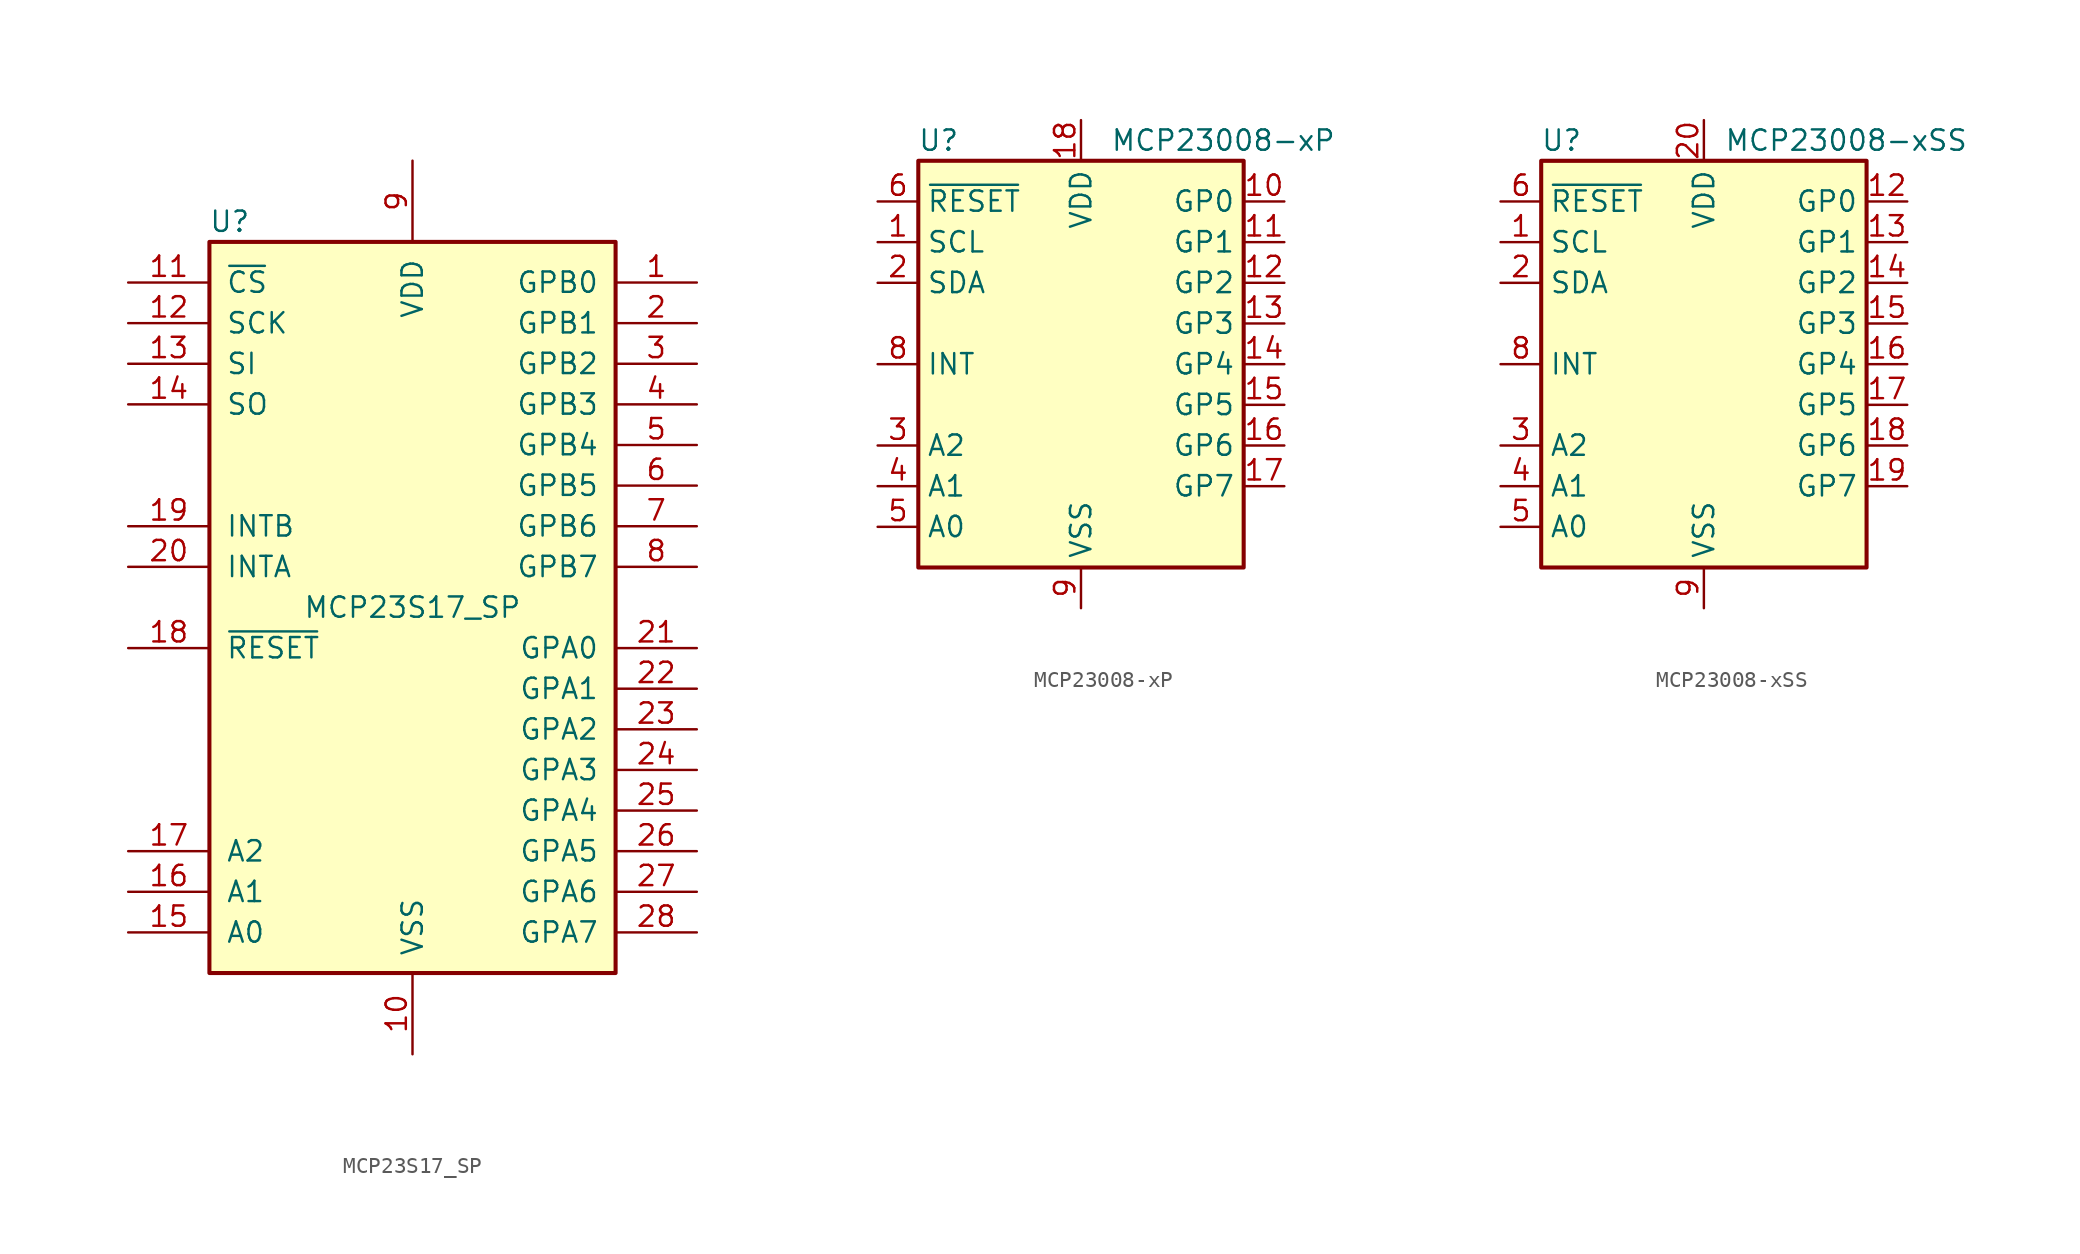
<source format=kicad_sym>
(kicad_symbol_lib
  (version 20201005)
  (generator kicad_symbol_editor)
  (symbol "Interface_Expansion:MCP23S17_SP"
    (pin_names
      (offset 1.016))
    (property "Reference" "U"
      (at -11.43 24.13 0)
      (effects (font (size 1.27 1.27))))
    (property "Value" "MCP23S17_SP"
      (at 0 0 0)
      (effects (font (size 1.27 1.27))))
    (symbol "MCP23S17_SP_0_1"
      (rectangle (start -12.7 22.86) (end 12.7 -22.86) (stroke (width 0.254)) (fill (type background))))
    (symbol "MCP23S17_SP_1_1"
      (pin bidirectional line (at 17.78 20.32 180) (length 5.08) (name "GPB0" (effects (font (size 1.27 1.27)))) (number "1" (effects (font (size 1.27 1.27)))))
      (pin power_in line (at 0 -27.94 90) (length 5.08) (name "VSS" (effects (font (size 1.27 1.27)))) (number "10" (effects (font (size 1.27 1.27)))))
      (pin input line (at -17.78 20.32 0) (length 5.08) (name "~CS~" (effects (font (size 1.27 1.27)))) (number "11" (effects (font (size 1.27 1.27)))))
      (pin input line (at -17.78 17.78 0) (length 5.08) (name "SCK" (effects (font (size 1.27 1.27)))) (number "12" (effects (font (size 1.27 1.27)))))
      (pin input line (at -17.78 15.24 0) (length 5.08) (name "SI" (effects (font (size 1.27 1.27)))) (number "13" (effects (font (size 1.27 1.27)))))
      (pin output line (at -17.78 12.7 0) (length 5.08) (name "SO" (effects (font (size 1.27 1.27)))) (number "14" (effects (font (size 1.27 1.27)))))
      (pin input line (at -17.78 -20.32 0) (length 5.08) (name "A0" (effects (font (size 1.27 1.27)))) (number "15" (effects (font (size 1.27 1.27)))))
      (pin input line (at -17.78 -17.78 0) (length 5.08) (name "A1" (effects (font (size 1.27 1.27)))) (number "16" (effects (font (size 1.27 1.27)))))
      (pin input line (at -17.78 -15.24 0) (length 5.08) (name "A2" (effects (font (size 1.27 1.27)))) (number "17" (effects (font (size 1.27 1.27)))))
      (pin input line (at -17.78 -2.54 0) (length 5.08) (name "~RESET~" (effects (font (size 1.27 1.27)))) (number "18" (effects (font (size 1.27 1.27)))))
      (pin tri_state line (at -17.78 5.08 0) (length 5.08) (name "INTB" (effects (font (size 1.27 1.27)))) (number "19" (effects (font (size 1.27 1.27)))))
      (pin bidirectional line (at 17.78 17.78 180) (length 5.08) (name "GPB1" (effects (font (size 1.27 1.27)))) (number "2" (effects (font (size 1.27 1.27)))))
      (pin tri_state line (at -17.78 2.54 0) (length 5.08) (name "INTA" (effects (font (size 1.27 1.27)))) (number "20" (effects (font (size 1.27 1.27)))))
      (pin bidirectional line (at 17.78 -2.54 180) (length 5.08) (name "GPA0" (effects (font (size 1.27 1.27)))) (number "21" (effects (font (size 1.27 1.27)))))
      (pin bidirectional line (at 17.78 -5.08 180) (length 5.08) (name "GPA1" (effects (font (size 1.27 1.27)))) (number "22" (effects (font (size 1.27 1.27)))))
      (pin bidirectional line (at 17.78 -7.62 180) (length 5.08) (name "GPA2" (effects (font (size 1.27 1.27)))) (number "23" (effects (font (size 1.27 1.27)))))
      (pin bidirectional line (at 17.78 -10.16 180) (length 5.08) (name "GPA3" (effects (font (size 1.27 1.27)))) (number "24" (effects (font (size 1.27 1.27)))))
      (pin bidirectional line (at 17.78 -12.7 180) (length 5.08) (name "GPA4" (effects (font (size 1.27 1.27)))) (number "25" (effects (font (size 1.27 1.27)))))
      (pin bidirectional line (at 17.78 -15.24 180) (length 5.08) (name "GPA5" (effects (font (size 1.27 1.27)))) (number "26" (effects (font (size 1.27 1.27)))))
      (pin bidirectional line (at 17.78 -17.78 180) (length 5.08) (name "GPA6" (effects (font (size 1.27 1.27)))) (number "27" (effects (font (size 1.27 1.27)))))
      (pin bidirectional line (at 17.78 -20.32 180) (length 5.08) (name "GPA7" (effects (font (size 1.27 1.27)))) (number "28" (effects (font (size 1.27 1.27)))))
      (pin bidirectional line (at 17.78 15.24 180) (length 5.08) (name "GPB2" (effects (font (size 1.27 1.27)))) (number "3" (effects (font (size 1.27 1.27)))))
      (pin bidirectional line (at 17.78 12.7 180) (length 5.08) (name "GPB3" (effects (font (size 1.27 1.27)))) (number "4" (effects (font (size 1.27 1.27)))))
      (pin bidirectional line (at 17.78 10.16 180) (length 5.08) (name "GPB4" (effects (font (size 1.27 1.27)))) (number "5" (effects (font (size 1.27 1.27)))))
      (pin bidirectional line (at 17.78 7.62 180) (length 5.08) (name "GPB5" (effects (font (size 1.27 1.27)))) (number "6" (effects (font (size 1.27 1.27)))))
      (pin bidirectional line (at 17.78 5.08 180) (length 5.08) (name "GPB6" (effects (font (size 1.27 1.27)))) (number "7" (effects (font (size 1.27 1.27)))))
      (pin bidirectional line (at 17.78 2.54 180) (length 5.08) (name "GPB7" (effects (font (size 1.27 1.27)))) (number "8" (effects (font (size 1.27 1.27)))))
      (pin power_in line (at 0 27.94 270) (length 5.08) (name "VDD" (effects (font (size 1.27 1.27)))) (number "9" (effects (font (size 1.27 1.27)))))))
  (symbol "Interface_Expansion:MCP23008-xP"
    (property "Reference" "U"
      (at -8.89 13.97 0)
      (effects (font (size 1.27 1.27))))
    (property "Value" "MCP23008-xP"
      (at 8.89 13.97 0)
      (effects (font (size 1.27 1.27))))
    (symbol "MCP23008-xP_0_1"
      (rectangle (start -10.16 12.7) (end 10.16 -12.7) (stroke (width 0.254)) (fill (type background))))
    (symbol "MCP23008-xP_1_1"
      (pin input line (at -12.7 7.62 0) (length 2.54) (name "SCL" (effects (font (size 1.27 1.27)))) (number "1" (effects (font (size 1.27 1.27)))))
      (pin bidirectional line (at 12.7 10.16 180) (length 2.54) (name "GP0" (effects (font (size 1.27 1.27)))) (number "10" (effects (font (size 1.27 1.27)))))
      (pin bidirectional line (at 12.7 7.62 180) (length 2.54) (name "GP1" (effects (font (size 1.27 1.27)))) (number "11" (effects (font (size 1.27 1.27)))))
      (pin bidirectional line (at 12.7 5.08 180) (length 2.54) (name "GP2" (effects (font (size 1.27 1.27)))) (number "12" (effects (font (size 1.27 1.27)))))
      (pin bidirectional line (at 12.7 2.54 180) (length 2.54) (name "GP3" (effects (font (size 1.27 1.27)))) (number "13" (effects (font (size 1.27 1.27)))))
      (pin bidirectional line (at 12.7 0 180) (length 2.54) (name "GP4" (effects (font (size 1.27 1.27)))) (number "14" (effects (font (size 1.27 1.27)))))
      (pin bidirectional line (at 12.7 -2.54 180) (length 2.54) (name "GP5" (effects (font (size 1.27 1.27)))) (number "15" (effects (font (size 1.27 1.27)))))
      (pin bidirectional line (at 12.7 -5.08 180) (length 2.54) (name "GP6" (effects (font (size 1.27 1.27)))) (number "16" (effects (font (size 1.27 1.27)))))
      (pin bidirectional line (at 12.7 -7.62 180) (length 2.54) (name "GP7" (effects (font (size 1.27 1.27)))) (number "17" (effects (font (size 1.27 1.27)))))
      (pin power_in line (at 0 15.24 270) (length 2.54) (name "VDD" (effects (font (size 1.27 1.27)))) (number "18" (effects (font (size 1.27 1.27)))))
      (pin bidirectional line (at -12.7 5.08 0) (length 2.54) (name "SDA" (effects (font (size 1.27 1.27)))) (number "2" (effects (font (size 1.27 1.27)))))
      (pin input line (at -12.7 -5.08 0) (length 2.54) (name "A2" (effects (font (size 1.27 1.27)))) (number "3" (effects (font (size 1.27 1.27)))))
      (pin input line (at -12.7 -7.62 0) (length 2.54) (name "A1" (effects (font (size 1.27 1.27)))) (number "4" (effects (font (size 1.27 1.27)))))
      (pin input line (at -12.7 -10.16 0) (length 2.54) (name "A0" (effects (font (size 1.27 1.27)))) (number "5" (effects (font (size 1.27 1.27)))))
      (pin input line (at -12.7 10.16 0) (length 2.54) (name "~RESET" (effects (font (size 1.27 1.27)))) (number "6" (effects (font (size 1.27 1.27)))))
      (pin no_connect line (at -10.16 -2.54 0) (length 2.54) hide (name "NC" (effects (font (size 1.27 1.27)))) (number "7" (effects (font (size 1.27 1.27)))))
      (pin output line (at -12.7 0 0) (length 2.54) (name "INT" (effects (font (size 1.27 1.27)))) (number "8" (effects (font (size 1.27 1.27)))))
      (pin power_in line (at 0 -15.24 90) (length 2.54) (name "VSS" (effects (font (size 1.27 1.27)))) (number "9" (effects (font (size 1.27 1.27)))))))
  (symbol "Interface_Expansion:MCP23008-xSS"
    (property "Reference" "U"
      (at -8.89 13.97 0)
      (effects (font (size 1.27 1.27))))
    (property "Value" "MCP23008-xSS"
      (at 8.89 13.97 0)
      (effects (font (size 1.27 1.27))))
    (symbol "MCP23008-xSS_0_1"
      (rectangle (start -10.16 12.7) (end 10.16 -12.7) (stroke (width 0.254)) (fill (type background))))
    (symbol "MCP23008-xSS_1_1"
      (pin input line (at -12.7 7.62 0) (length 2.54) (name "SCL" (effects (font (size 1.27 1.27)))) (number "1" (effects (font (size 1.27 1.27)))))
      (pin no_connect line (at -10.16 -2.54 0) (length 2.54) hide (name "NC" (effects (font (size 1.27 1.27)))) (number "10" (effects (font (size 1.27 1.27)))))
      (pin no_connect line (at 10.16 -10.16 180) (length 2.54) hide (name "NC" (effects (font (size 1.27 1.27)))) (number "11" (effects (font (size 1.27 1.27)))))
      (pin bidirectional line (at 12.7 10.16 180) (length 2.54) (name "GP0" (effects (font (size 1.27 1.27)))) (number "12" (effects (font (size 1.27 1.27)))))
      (pin bidirectional line (at 12.7 7.62 180) (length 2.54) (name "GP1" (effects (font (size 1.27 1.27)))) (number "13" (effects (font (size 1.27 1.27)))))
      (pin bidirectional line (at 12.7 5.08 180) (length 2.54) (name "GP2" (effects (font (size 1.27 1.27)))) (number "14" (effects (font (size 1.27 1.27)))))
      (pin bidirectional line (at 12.7 2.54 180) (length 2.54) (name "GP3" (effects (font (size 1.27 1.27)))) (number "15" (effects (font (size 1.27 1.27)))))
      (pin bidirectional line (at 12.7 0 180) (length 2.54) (name "GP4" (effects (font (size 1.27 1.27)))) (number "16" (effects (font (size 1.27 1.27)))))
      (pin bidirectional line (at 12.7 -2.54 180) (length 2.54) (name "GP5" (effects (font (size 1.27 1.27)))) (number "17" (effects (font (size 1.27 1.27)))))
      (pin bidirectional line (at 12.7 -5.08 180) (length 2.54) (name "GP6" (effects (font (size 1.27 1.27)))) (number "18" (effects (font (size 1.27 1.27)))))
      (pin bidirectional line (at 12.7 -7.62 180) (length 2.54) (name "GP7" (effects (font (size 1.27 1.27)))) (number "19" (effects (font (size 1.27 1.27)))))
      (pin bidirectional line (at -12.7 5.08 0) (length 2.54) (name "SDA" (effects (font (size 1.27 1.27)))) (number "2" (effects (font (size 1.27 1.27)))))
      (pin power_in line (at 0 15.24 270) (length 2.54) (name "VDD" (effects (font (size 1.27 1.27)))) (number "20" (effects (font (size 1.27 1.27)))))
      (pin input line (at -12.7 -5.08 0) (length 2.54) (name "A2" (effects (font (size 1.27 1.27)))) (number "3" (effects (font (size 1.27 1.27)))))
      (pin input line (at -12.7 -7.62 0) (length 2.54) (name "A1" (effects (font (size 1.27 1.27)))) (number "4" (effects (font (size 1.27 1.27)))))
      (pin input line (at -12.7 -10.16 0) (length 2.54) (name "A0" (effects (font (size 1.27 1.27)))) (number "5" (effects (font (size 1.27 1.27)))))
      (pin input line (at -12.7 10.16 0) (length 2.54) (name "~RESET" (effects (font (size 1.27 1.27)))) (number "6" (effects (font (size 1.27 1.27)))))
      (pin no_connect line (at -10.16 2.54 0) (length 2.54) hide (name "NC" (effects (font (size 1.27 1.27)))) (number "7" (effects (font (size 1.27 1.27)))))
      (pin output line (at -12.7 0 0) (length 2.54) (name "INT" (effects (font (size 1.27 1.27)))) (number "8" (effects (font (size 1.27 1.27)))))
      (pin power_in line (at 0 -15.24 90) (length 2.54) (name "VSS" (effects (font (size 1.27 1.27)))) (number "9" (effects (font (size 1.27 1.27))))))))
</source>
